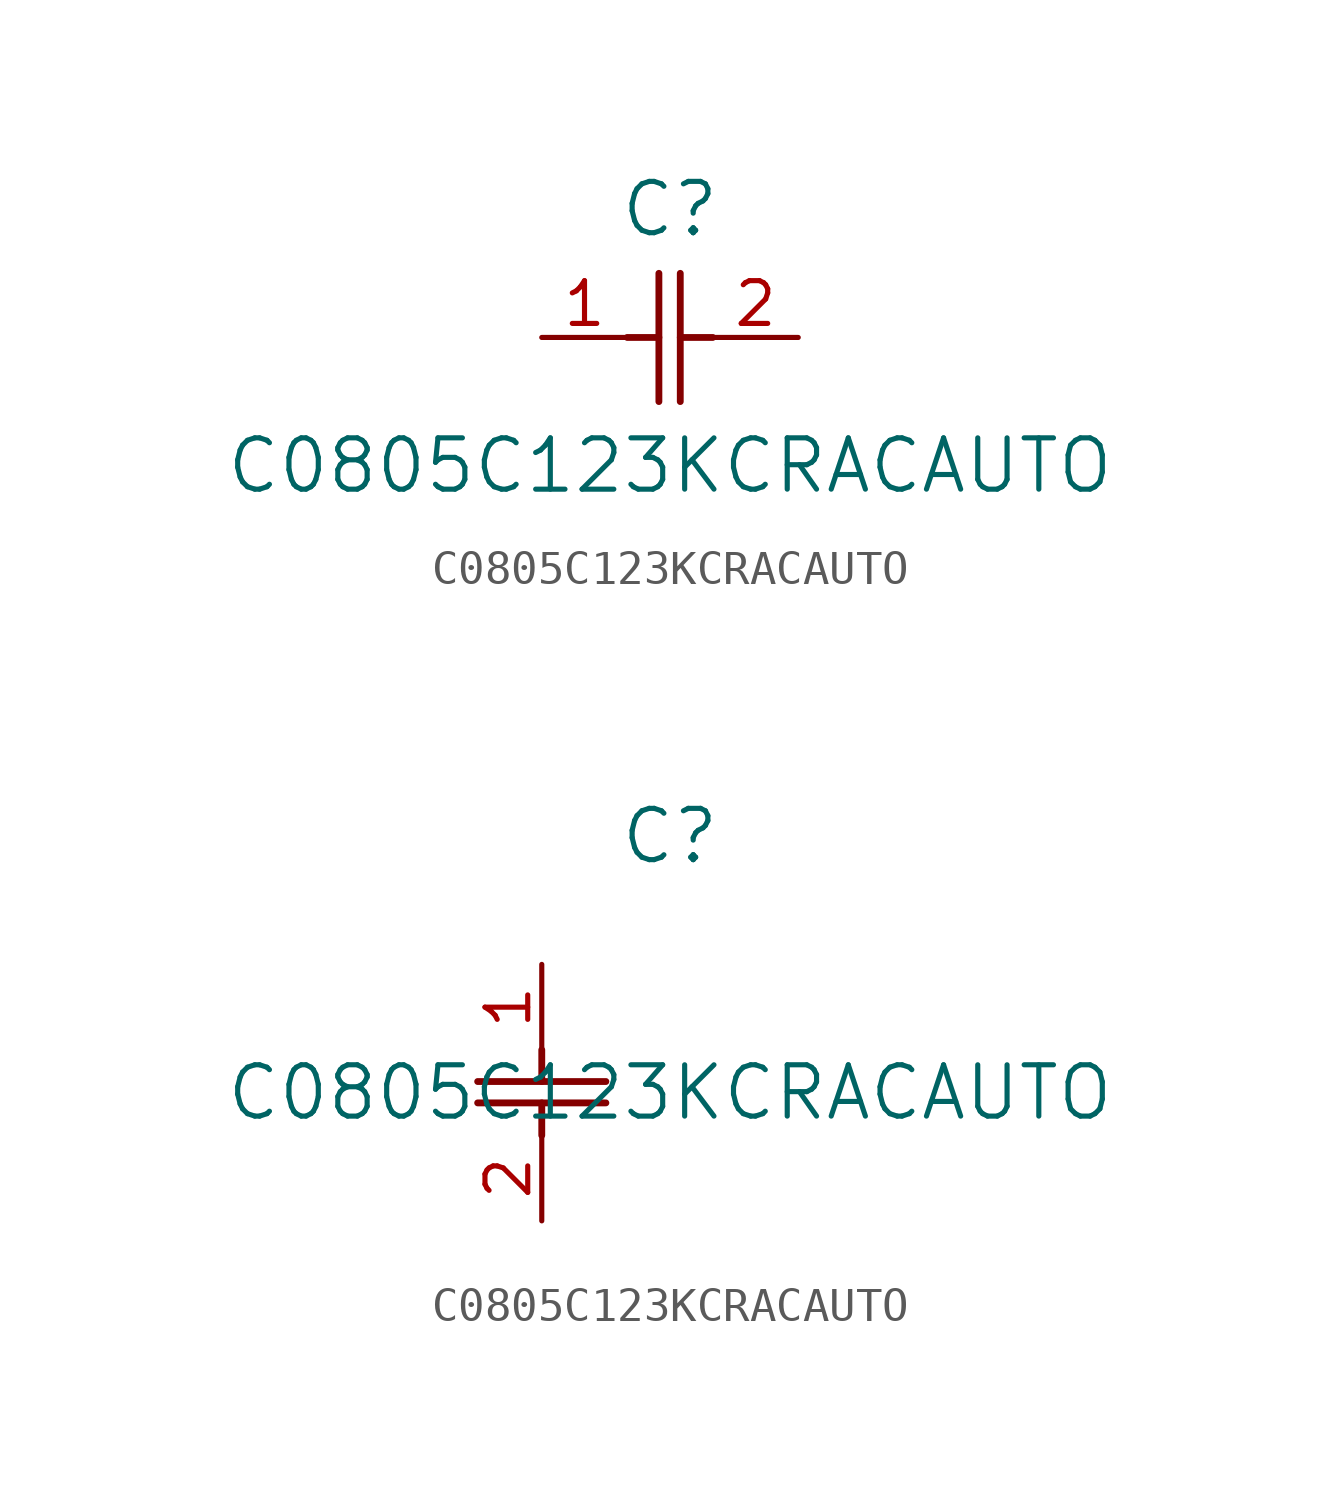
<source format=kicad_sym>
(kicad_symbol_lib
  (version 20211014)
  (generator kicad_symbol_editor)
  (symbol "C0805C123KCRACAUTO"
    (pin_names
      (offset 0.254))
    (property "Reference" "C"
      (at 3.81 3.81 0)
      (effects (font (size 1.524 1.524))))
    (property "Value" "C0805C123KCRACAUTO"
      (at 3.81 -3.81 0)
      (effects (font (size 1.524 1.524))))
    (symbol "C0805C123KCRACAUTO_1_1"
      (polyline (pts (xy 3.48 -1.905) (xy 3.48 1.905)) (stroke (width 0.203) (type default) (color 0 0 0 0)) (fill (type none)))
      (polyline (pts (xy 4.115 -1.905) (xy 4.115 1.905)) (stroke (width 0.203) (type default) (color 0 0 0 0)) (fill (type none)))
      (polyline (pts (xy 4.115 0) (xy 5.08 0)) (stroke (width 0.203) (type default) (color 0 0 0 0)) (fill (type none)))
      (polyline (pts (xy 2.54 0) (xy 3.48 0)) (stroke (width 0.203) (type default) (color 0 0 0 0)) (fill (type none)))
      (pin unspecified line (at 0 0 0) (length 2.54) (name "" (effects (font (size 1.27 1.27)))) (number "1" (effects (font (size 1.27 1.27)))))
      (pin unspecified line (at 7.62 0 180) (length 2.54) (name "" (effects (font (size 1.27 1.27)))) (number "2" (effects (font (size 1.27 1.27))))))
    (symbol "C0805C123KCRACAUTO_1_2"
      (polyline (pts (xy -1.905 -3.48) (xy 1.905 -3.48)) (stroke (width 0.203) (type default) (color 0 0 0 0)) (fill (type none)))
      (polyline (pts (xy -1.905 -4.115) (xy 1.905 -4.115)) (stroke (width 0.203) (type default) (color 0 0 0 0)) (fill (type none)))
      (polyline (pts (xy 0 -4.115) (xy 0 -5.08)) (stroke (width 0.203) (type default) (color 0 0 0 0)) (fill (type none)))
      (polyline (pts (xy 0 -2.54) (xy 0 -3.48)) (stroke (width 0.203) (type default) (color 0 0 0 0)) (fill (type none)))
      (pin unspecified line (at 0 0 270) (length 2.54) (name "" (effects (font (size 1.27 1.27)))) (number "1" (effects (font (size 1.27 1.27)))))
      (pin unspecified line (at 0 -7.62 90) (length 2.54) (name "" (effects (font (size 1.27 1.27)))) (number "2" (effects (font (size 1.27 1.27))))))))
</source>
